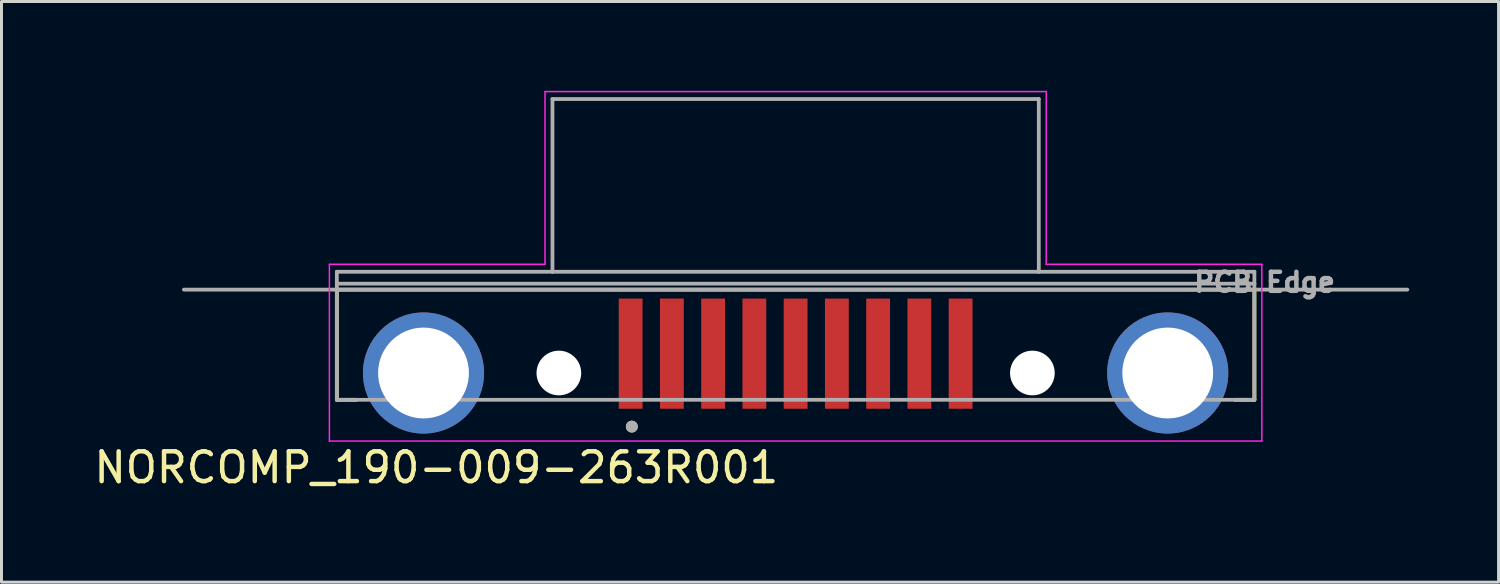
<source format=kicad_pcb>
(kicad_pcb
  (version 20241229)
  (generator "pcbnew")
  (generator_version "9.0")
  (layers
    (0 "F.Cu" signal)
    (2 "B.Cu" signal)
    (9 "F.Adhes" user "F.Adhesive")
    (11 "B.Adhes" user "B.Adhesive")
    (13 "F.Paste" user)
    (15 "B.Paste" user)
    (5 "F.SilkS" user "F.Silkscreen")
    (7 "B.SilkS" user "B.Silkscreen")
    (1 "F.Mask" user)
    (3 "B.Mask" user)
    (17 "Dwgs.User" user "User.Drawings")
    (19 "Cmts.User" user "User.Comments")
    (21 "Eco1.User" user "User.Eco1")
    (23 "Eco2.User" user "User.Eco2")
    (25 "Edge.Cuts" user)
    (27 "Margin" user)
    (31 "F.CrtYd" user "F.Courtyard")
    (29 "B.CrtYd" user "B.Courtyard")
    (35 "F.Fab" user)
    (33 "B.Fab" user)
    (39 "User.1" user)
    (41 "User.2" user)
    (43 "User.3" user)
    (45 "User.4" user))
  (footprint "NORCOMP_190-009-263R001"
    (layer "F.Cu")
    (at 23.666 9.475)
    (property "Reference" "NORCOMP_190-009-263R001" (at -12.065 3.175 0) (layer "F.SilkS") (effects (font (size 1 1) (thickness 0.15))))
    (attr smd)
    (fp_line (start -15.405 -2.8) (end -15.405 0.9) (stroke (width 0.127) (type solid)) (layer "F.SilkS"))
    (fp_line (start -15.405 -2.8) (end 15.405 -2.8) (stroke (width 0.127) (type solid)) (layer "F.SilkS"))
    (fp_line (start -15.405 0.9) (end -14.75 0.9) (stroke (width 0.127) (type solid)) (layer "F.SilkS"))
    (fp_line (start 15.405 -2.8) (end 15.405 0.9) (stroke (width 0.127) (type solid)) (layer "F.SilkS"))
    (fp_line (start 15.405 0.9) (end 14.75 0.9) (stroke (width 0.127) (type solid)) (layer "F.SilkS"))
    (fp_circle (center -5.5 1.8) (end -5.4 1.8) (stroke (width 0.2) (type solid)) (fill no) (layer "F.SilkS"))
    (fp_line (start -15.655 -3.65) (end -8.415 -3.65) (stroke (width 0.05) (type solid)) (layer "F.CrtYd"))
    (fp_line (start -15.655 2.285) (end -15.655 -3.65) (stroke (width 0.05) (type solid)) (layer "F.CrtYd"))
    (fp_line (start -8.415 -9.45) (end 8.415 -9.45) (stroke (width 0.05) (type solid)) (layer "F.CrtYd"))
    (fp_line (start -8.415 -3.65) (end -8.415 -9.45) (stroke (width 0.05) (type solid)) (layer "F.CrtYd"))
    (fp_line (start 8.415 -9.45) (end 8.415 -3.65) (stroke (width 0.05) (type solid)) (layer "F.CrtYd"))
    (fp_line (start 8.415 -3.65) (end 15.655 -3.65) (stroke (width 0.05) (type solid)) (layer "F.CrtYd"))
    (fp_line (start 15.655 -3.65) (end 15.655 2.285) (stroke (width 0.05) (type solid)) (layer "F.CrtYd"))
    (fp_line (start 15.655 2.285) (end -15.655 2.285) (stroke (width 0.05) (type solid)) (layer "F.CrtYd"))
    (fp_line (start -15.405 -3.4) (end -15.405 -3) (stroke (width 0.127) (type solid)) (layer "F.Fab"))
    (fp_line (start -15.405 -3) (end -15.405 0.9) (stroke (width 0.127) (type solid)) (layer "F.Fab"))
    (fp_line (start -15.405 0.9) (end 15.405 0.9) (stroke (width 0.127) (type solid)) (layer "F.Fab"))
    (fp_line (start -8.165 -9.2) (end 8.165 -9.2) (stroke (width 0.127) (type solid)) (layer "F.Fab"))
    (fp_line (start -8.165 -3.4) (end -15.405 -3.4) (stroke (width 0.127) (type solid)) (layer "F.Fab"))
    (fp_line (start -8.165 -3.4) (end -8.165 -9.2) (stroke (width 0.127) (type solid)) (layer "F.Fab"))
    (fp_line (start 8.165 -9.2) (end 8.165 -3.4) (stroke (width 0.127) (type solid)) (layer "F.Fab"))
    (fp_line (start 8.165 -3.4) (end -8.165 -3.4) (stroke (width 0.127) (type solid)) (layer "F.Fab"))
    (fp_line (start 15.405 -3.4) (end 8.165 -3.4) (stroke (width 0.127) (type solid)) (layer "F.Fab"))
    (fp_line (start 15.405 -3.4) (end 15.405 -3) (stroke (width 0.127) (type solid)) (layer "F.Fab"))
    (fp_line (start 15.405 -3) (end -15.405 -3) (stroke (width 0.127) (type solid)) (layer "F.Fab"))
    (fp_line (start 15.405 0.9) (end 15.405 -3) (stroke (width 0.127) (type solid)) (layer "F.Fab"))
    (fp_line (start 20.54 -2.8) (end -20.54 -2.8) (stroke (width 0.127) (type solid)) (layer "F.Fab"))
    (fp_circle (center -5.5 1.8) (end -5.4 1.8) (stroke (width 0.2) (type solid)) (fill no) (layer "F.Fab"))
    (fp_text user "PCB Edge" (at 15.748 -3.048 0) (layer "F.Fab") (effects (font (size 0.64 0.64) (thickness 0.15))))
    (pad "" np_thru_hole circle (at -7.95 0) (size 1.5 1.5) (drill 1.5) (layers "*.Cu" "*.Mask"))
    (pad "" np_thru_hole circle (at 7.95 0) (size 1.5 1.5) (drill 1.5) (layers "*.Cu" "*.Mask"))
    (pad "1" smd rect (at -5.54 -0.65) (size 0.8 3.7) (layers "F.Cu" "F.Mask" "F.Paste"))
    (pad "2" smd rect (at -2.77 -0.65) (size 0.8 3.7) (layers "F.Cu" "F.Mask" "F.Paste"))
    (pad "3" smd rect (at 0 -0.65) (size 0.8 3.7) (layers "F.Cu" "F.Mask" "F.Paste"))
    (pad "4" smd rect (at 2.77 -0.65) (size 0.8 3.7) (layers "F.Cu" "F.Mask" "F.Paste"))
    (pad "5" smd rect (at 5.54 -0.65) (size 0.8 3.7) (layers "F.Cu" "F.Mask" "F.Paste"))
    (pad "6" smd rect (at -4.155 -0.65) (size 0.8 3.7) (layers "F.Cu" "F.Mask" "F.Paste"))
    (pad "7" smd rect (at -1.385 -0.65) (size 0.8 3.7) (layers "F.Cu" "F.Mask" "F.Paste"))
    (pad "8" smd rect (at 1.385 -0.65) (size 0.8 3.7) (layers "F.Cu" "F.Mask" "F.Paste"))
    (pad "9" smd rect (at 4.155 -0.65) (size 0.8 3.7) (layers "F.Cu" "F.Mask" "F.Paste"))
    (pad "S1" thru_hole circle (at -12.495 0) (size 4.066 4.066) (drill 3.05) (layers "*.Cu" "*.Mask"))
    (pad "S2" thru_hole circle (at 12.495 0) (size 4.066 4.066) (drill 3.05) (layers "*.Cu" "*.Mask")))
  (gr_rect
    (start -3 -3)
    (end 47.27 16.498)
    (stroke (width 0.1) (type default))
    (fill no)
    (layer "Edge.Cuts")))
</source>
